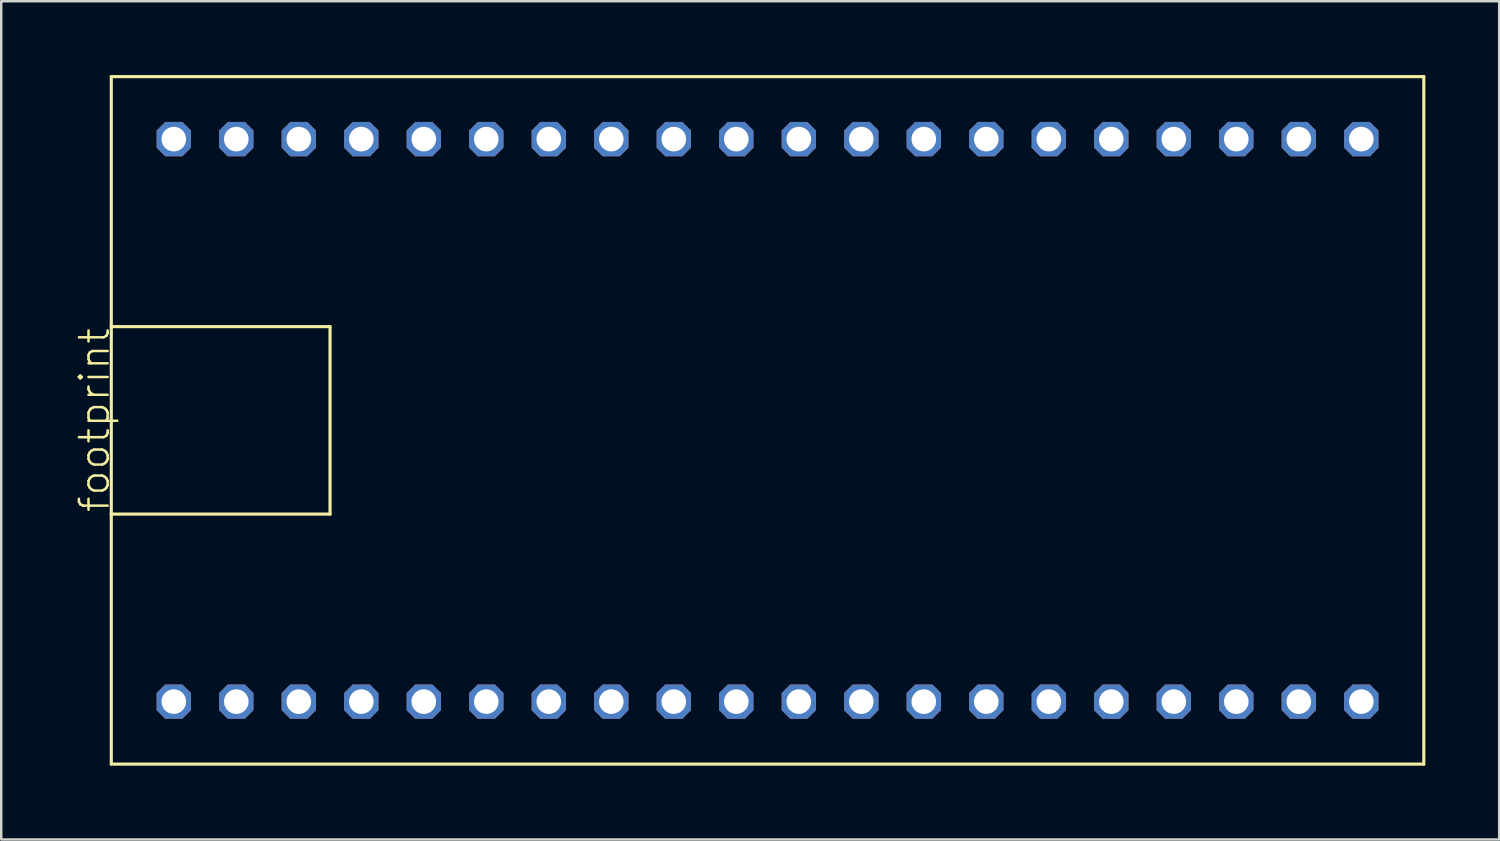
<source format=kicad_pcb>
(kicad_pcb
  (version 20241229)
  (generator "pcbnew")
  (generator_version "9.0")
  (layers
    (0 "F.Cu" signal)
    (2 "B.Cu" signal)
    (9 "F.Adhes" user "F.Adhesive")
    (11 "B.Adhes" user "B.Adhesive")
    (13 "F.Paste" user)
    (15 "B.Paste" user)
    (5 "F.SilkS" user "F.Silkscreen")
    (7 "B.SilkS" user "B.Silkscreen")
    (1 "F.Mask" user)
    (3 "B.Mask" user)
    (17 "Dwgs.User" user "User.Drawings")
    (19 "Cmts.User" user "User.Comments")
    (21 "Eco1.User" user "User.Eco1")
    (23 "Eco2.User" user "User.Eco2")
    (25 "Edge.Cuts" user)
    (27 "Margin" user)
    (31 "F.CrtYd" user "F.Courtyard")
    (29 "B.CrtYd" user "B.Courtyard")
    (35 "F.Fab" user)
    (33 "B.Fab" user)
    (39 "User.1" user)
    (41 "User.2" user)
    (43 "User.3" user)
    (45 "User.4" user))
  (footprint "footprint"
    (layer "F.Cu")
    (at 26.873 14.034)
    (property "Reference" "footprint" (at -25.4 3.81 90) (layer "F.SilkS") (effects (font (size 1.168 1.168) (thickness 0.102)) (justify left bottom)))
    (fp_line (start -25.4 -13.97) (end 27.94 -13.97) (stroke (width 0.127) (type solid)) (layer "F.SilkS"))
    (fp_line (start -25.4 -3.81) (end -25.4 -13.97) (stroke (width 0.127) (type solid)) (layer "F.SilkS"))
    (fp_line (start -25.4 -3.81) (end -16.51 -3.81) (stroke (width 0.127) (type solid)) (layer "F.SilkS"))
    (fp_line (start -25.4 3.81) (end -25.4 -3.81) (stroke (width 0.127) (type solid)) (layer "F.SilkS"))
    (fp_line (start -25.4 13.97) (end -25.4 3.81) (stroke (width 0.127) (type solid)) (layer "F.SilkS"))
    (fp_line (start -16.51 -3.81) (end -16.51 3.81) (stroke (width 0.127) (type solid)) (layer "F.SilkS"))
    (fp_line (start -16.51 3.81) (end -25.4 3.81) (stroke (width 0.127) (type solid)) (layer "F.SilkS"))
    (fp_line (start 27.94 -13.97) (end 27.94 13.97) (stroke (width 0.127) (type solid)) (layer "F.SilkS"))
    (fp_line (start 27.94 13.97) (end -25.4 13.97) (stroke (width 0.127) (type solid)) (layer "F.SilkS"))
    (pad "1" thru_hole roundrect (at -22.86 11.43 90) (size 1.397 1.397) (drill 1) (layers "*.Cu" "*.Mask") (roundrect_rratio 0.25) (chamfer_ratio 0.25) (chamfer top_left top_right bottom_left bottom_right))
    (pad "2" thru_hole roundrect (at -20.32 11.43 90) (size 1.397 1.397) (drill 1) (layers "*.Cu" "*.Mask") (roundrect_rratio 0.25) (chamfer_ratio 0.25) (chamfer top_left top_right bottom_left bottom_right))
    (pad "3" thru_hole roundrect (at -17.78 11.43 90) (size 1.397 1.397) (drill 1) (layers "*.Cu" "*.Mask") (roundrect_rratio 0.25) (chamfer_ratio 0.25) (chamfer top_left top_right bottom_left bottom_right))
    (pad "4" thru_hole roundrect (at -15.24 11.43 90) (size 1.397 1.397) (drill 1) (layers "*.Cu" "*.Mask") (roundrect_rratio 0.25) (chamfer_ratio 0.25) (chamfer top_left top_right bottom_left bottom_right))
    (pad "5" thru_hole roundrect (at -12.7 11.43 90) (size 1.397 1.397) (drill 1) (layers "*.Cu" "*.Mask") (roundrect_rratio 0.25) (chamfer_ratio 0.25) (chamfer top_left top_right bottom_left bottom_right))
    (pad "6" thru_hole roundrect (at -10.16 11.43 90) (size 1.397 1.397) (drill 1) (layers "*.Cu" "*.Mask") (roundrect_rratio 0.25) (chamfer_ratio 0.25) (chamfer top_left top_right bottom_left bottom_right))
    (pad "7" thru_hole roundrect (at -7.62 11.43 90) (size 1.397 1.397) (drill 1) (layers "*.Cu" "*.Mask") (roundrect_rratio 0.25) (chamfer_ratio 0.25) (chamfer top_left top_right bottom_left bottom_right))
    (pad "8" thru_hole roundrect (at -5.08 11.43 90) (size 1.397 1.397) (drill 1) (layers "*.Cu" "*.Mask") (roundrect_rratio 0.25) (chamfer_ratio 0.25) (chamfer top_left top_right bottom_left bottom_right))
    (pad "9" thru_hole roundrect (at -2.54 11.43 90) (size 1.397 1.397) (drill 1) (layers "*.Cu" "*.Mask") (roundrect_rratio 0.25) (chamfer_ratio 0.25) (chamfer top_left top_right bottom_left bottom_right))
    (pad "10" thru_hole roundrect (at 0 11.43 90) (size 1.397 1.397) (drill 1) (layers "*.Cu" "*.Mask") (roundrect_rratio 0.25) (chamfer_ratio 0.25) (chamfer top_left top_right bottom_left bottom_right))
    (pad "11" thru_hole roundrect (at 2.54 11.43 90) (size 1.397 1.397) (drill 1) (layers "*.Cu" "*.Mask") (roundrect_rratio 0.25) (chamfer_ratio 0.25) (chamfer top_left top_right bottom_left bottom_right))
    (pad "12" thru_hole roundrect (at 5.08 11.43 90) (size 1.397 1.397) (drill 1) (layers "*.Cu" "*.Mask") (roundrect_rratio 0.25) (chamfer_ratio 0.25) (chamfer top_left top_right bottom_left bottom_right))
    (pad "13" thru_hole roundrect (at 7.62 11.43 90) (size 1.397 1.397) (drill 1) (layers "*.Cu" "*.Mask") (roundrect_rratio 0.25) (chamfer_ratio 0.25) (chamfer top_left top_right bottom_left bottom_right))
    (pad "14" thru_hole roundrect (at 10.16 11.43 90) (size 1.397 1.397) (drill 1) (layers "*.Cu" "*.Mask") (roundrect_rratio 0.25) (chamfer_ratio 0.25) (chamfer top_left top_right bottom_left bottom_right))
    (pad "15" thru_hole roundrect (at 12.7 11.43 90) (size 1.397 1.397) (drill 1) (layers "*.Cu" "*.Mask") (roundrect_rratio 0.25) (chamfer_ratio 0.25) (chamfer top_left top_right bottom_left bottom_right))
    (pad "16" thru_hole roundrect (at 15.24 11.43 90) (size 1.397 1.397) (drill 1) (layers "*.Cu" "*.Mask") (roundrect_rratio 0.25) (chamfer_ratio 0.25) (chamfer top_left top_right bottom_left bottom_right))
    (pad "17" thru_hole roundrect (at 17.78 11.43 90) (size 1.397 1.397) (drill 1) (layers "*.Cu" "*.Mask") (roundrect_rratio 0.25) (chamfer_ratio 0.25) (chamfer top_left top_right bottom_left bottom_right))
    (pad "18" thru_hole roundrect (at 20.32 11.43 90) (size 1.397 1.397) (drill 1) (layers "*.Cu" "*.Mask") (roundrect_rratio 0.25) (chamfer_ratio 0.25) (chamfer top_left top_right bottom_left bottom_right))
    (pad "19" thru_hole roundrect (at 22.86 11.43 90) (size 1.397 1.397) (drill 1) (layers "*.Cu" "*.Mask") (roundrect_rratio 0.25) (chamfer_ratio 0.25) (chamfer top_left top_right bottom_left bottom_right))
    (pad "20" thru_hole roundrect (at 25.4 11.43 90) (size 1.397 1.397) (drill 1) (layers "*.Cu" "*.Mask") (roundrect_rratio 0.25) (chamfer_ratio 0.25) (chamfer top_left top_right bottom_left bottom_right))
    (pad "21" thru_hole roundrect (at 25.4 -11.43 90) (size 1.397 1.397) (drill 1) (layers "*.Cu" "*.Mask") (roundrect_rratio 0.25) (chamfer_ratio 0.25) (chamfer top_left top_right bottom_left bottom_right))
    (pad "22" thru_hole roundrect (at 22.86 -11.43 90) (size 1.397 1.397) (drill 1) (layers "*.Cu" "*.Mask") (roundrect_rratio 0.25) (chamfer_ratio 0.25) (chamfer top_left top_right bottom_left bottom_right))
    (pad "23" thru_hole roundrect (at 20.32 -11.43 90) (size 1.397 1.397) (drill 1) (layers "*.Cu" "*.Mask") (roundrect_rratio 0.25) (chamfer_ratio 0.25) (chamfer top_left top_right bottom_left bottom_right))
    (pad "24" thru_hole roundrect (at 17.78 -11.43 90) (size 1.397 1.397) (drill 1) (layers "*.Cu" "*.Mask") (roundrect_rratio 0.25) (chamfer_ratio 0.25) (chamfer top_left top_right bottom_left bottom_right))
    (pad "25" thru_hole roundrect (at 15.24 -11.43 90) (size 1.397 1.397) (drill 1) (layers "*.Cu" "*.Mask") (roundrect_rratio 0.25) (chamfer_ratio 0.25) (chamfer top_left top_right bottom_left bottom_right))
    (pad "26" thru_hole roundrect (at 12.7 -11.43 90) (size 1.397 1.397) (drill 1) (layers "*.Cu" "*.Mask") (roundrect_rratio 0.25) (chamfer_ratio 0.25) (chamfer top_left top_right bottom_left bottom_right))
    (pad "27" thru_hole roundrect (at 10.16 -11.43 90) (size 1.397 1.397) (drill 1) (layers "*.Cu" "*.Mask") (roundrect_rratio 0.25) (chamfer_ratio 0.25) (chamfer top_left top_right bottom_left bottom_right))
    (pad "28" thru_hole roundrect (at 7.62 -11.43 90) (size 1.397 1.397) (drill 1) (layers "*.Cu" "*.Mask") (roundrect_rratio 0.25) (chamfer_ratio 0.25) (chamfer top_left top_right bottom_left bottom_right))
    (pad "29" thru_hole roundrect (at 5.08 -11.43 90) (size 1.397 1.397) (drill 1) (layers "*.Cu" "*.Mask") (roundrect_rratio 0.25) (chamfer_ratio 0.25) (chamfer top_left top_right bottom_left bottom_right))
    (pad "30" thru_hole roundrect (at 2.54 -11.43 90) (size 1.397 1.397) (drill 1) (layers "*.Cu" "*.Mask") (roundrect_rratio 0.25) (chamfer_ratio 0.25) (chamfer top_left top_right bottom_left bottom_right))
    (pad "31" thru_hole roundrect (at 0 -11.43 90) (size 1.397 1.397) (drill 1) (layers "*.Cu" "*.Mask") (roundrect_rratio 0.25) (chamfer_ratio 0.25) (chamfer top_left top_right bottom_left bottom_right))
    (pad "32" thru_hole roundrect (at -2.54 -11.43 90) (size 1.397 1.397) (drill 1) (layers "*.Cu" "*.Mask") (roundrect_rratio 0.25) (chamfer_ratio 0.25) (chamfer top_left top_right bottom_left bottom_right))
    (pad "33" thru_hole roundrect (at -5.08 -11.43 90) (size 1.397 1.397) (drill 1) (layers "*.Cu" "*.Mask") (roundrect_rratio 0.25) (chamfer_ratio 0.25) (chamfer top_left top_right bottom_left bottom_right))
    (pad "34" thru_hole roundrect (at -7.62 -11.43 90) (size 1.397 1.397) (drill 1) (layers "*.Cu" "*.Mask") (roundrect_rratio 0.25) (chamfer_ratio 0.25) (chamfer top_left top_right bottom_left bottom_right))
    (pad "35" thru_hole roundrect (at -10.16 -11.43 90) (size 1.397 1.397) (drill 1) (layers "*.Cu" "*.Mask") (roundrect_rratio 0.25) (chamfer_ratio 0.25) (chamfer top_left top_right bottom_left bottom_right))
    (pad "36" thru_hole roundrect (at -12.7 -11.43 90) (size 1.397 1.397) (drill 1) (layers "*.Cu" "*.Mask") (roundrect_rratio 0.25) (chamfer_ratio 0.25) (chamfer top_left top_right bottom_left bottom_right))
    (pad "37" thru_hole roundrect (at -15.24 -11.43 90) (size 1.397 1.397) (drill 1) (layers "*.Cu" "*.Mask") (roundrect_rratio 0.25) (chamfer_ratio 0.25) (chamfer top_left top_right bottom_left bottom_right))
    (pad "38" thru_hole roundrect (at -17.78 -11.43 90) (size 1.397 1.397) (drill 1) (layers "*.Cu" "*.Mask") (roundrect_rratio 0.25) (chamfer_ratio 0.25) (chamfer top_left top_right bottom_left bottom_right))
    (pad "39" thru_hole roundrect (at -20.32 -11.43 90) (size 1.397 1.397) (drill 1) (layers "*.Cu" "*.Mask") (roundrect_rratio 0.25) (chamfer_ratio 0.25) (chamfer top_left top_right bottom_left bottom_right))
    (pad "40" thru_hole roundrect (at -22.86 -11.43 90) (size 1.397 1.397) (drill 1) (layers "*.Cu" "*.Mask") (roundrect_rratio 0.25) (chamfer_ratio 0.25) (chamfer top_left top_right bottom_left bottom_right)))
  (gr_rect
    (start -3 -3)
    (end 57.877 31.067)
    (stroke (width 0.1) (type default))
    (fill no)
    (layer "Edge.Cuts")))
</source>
